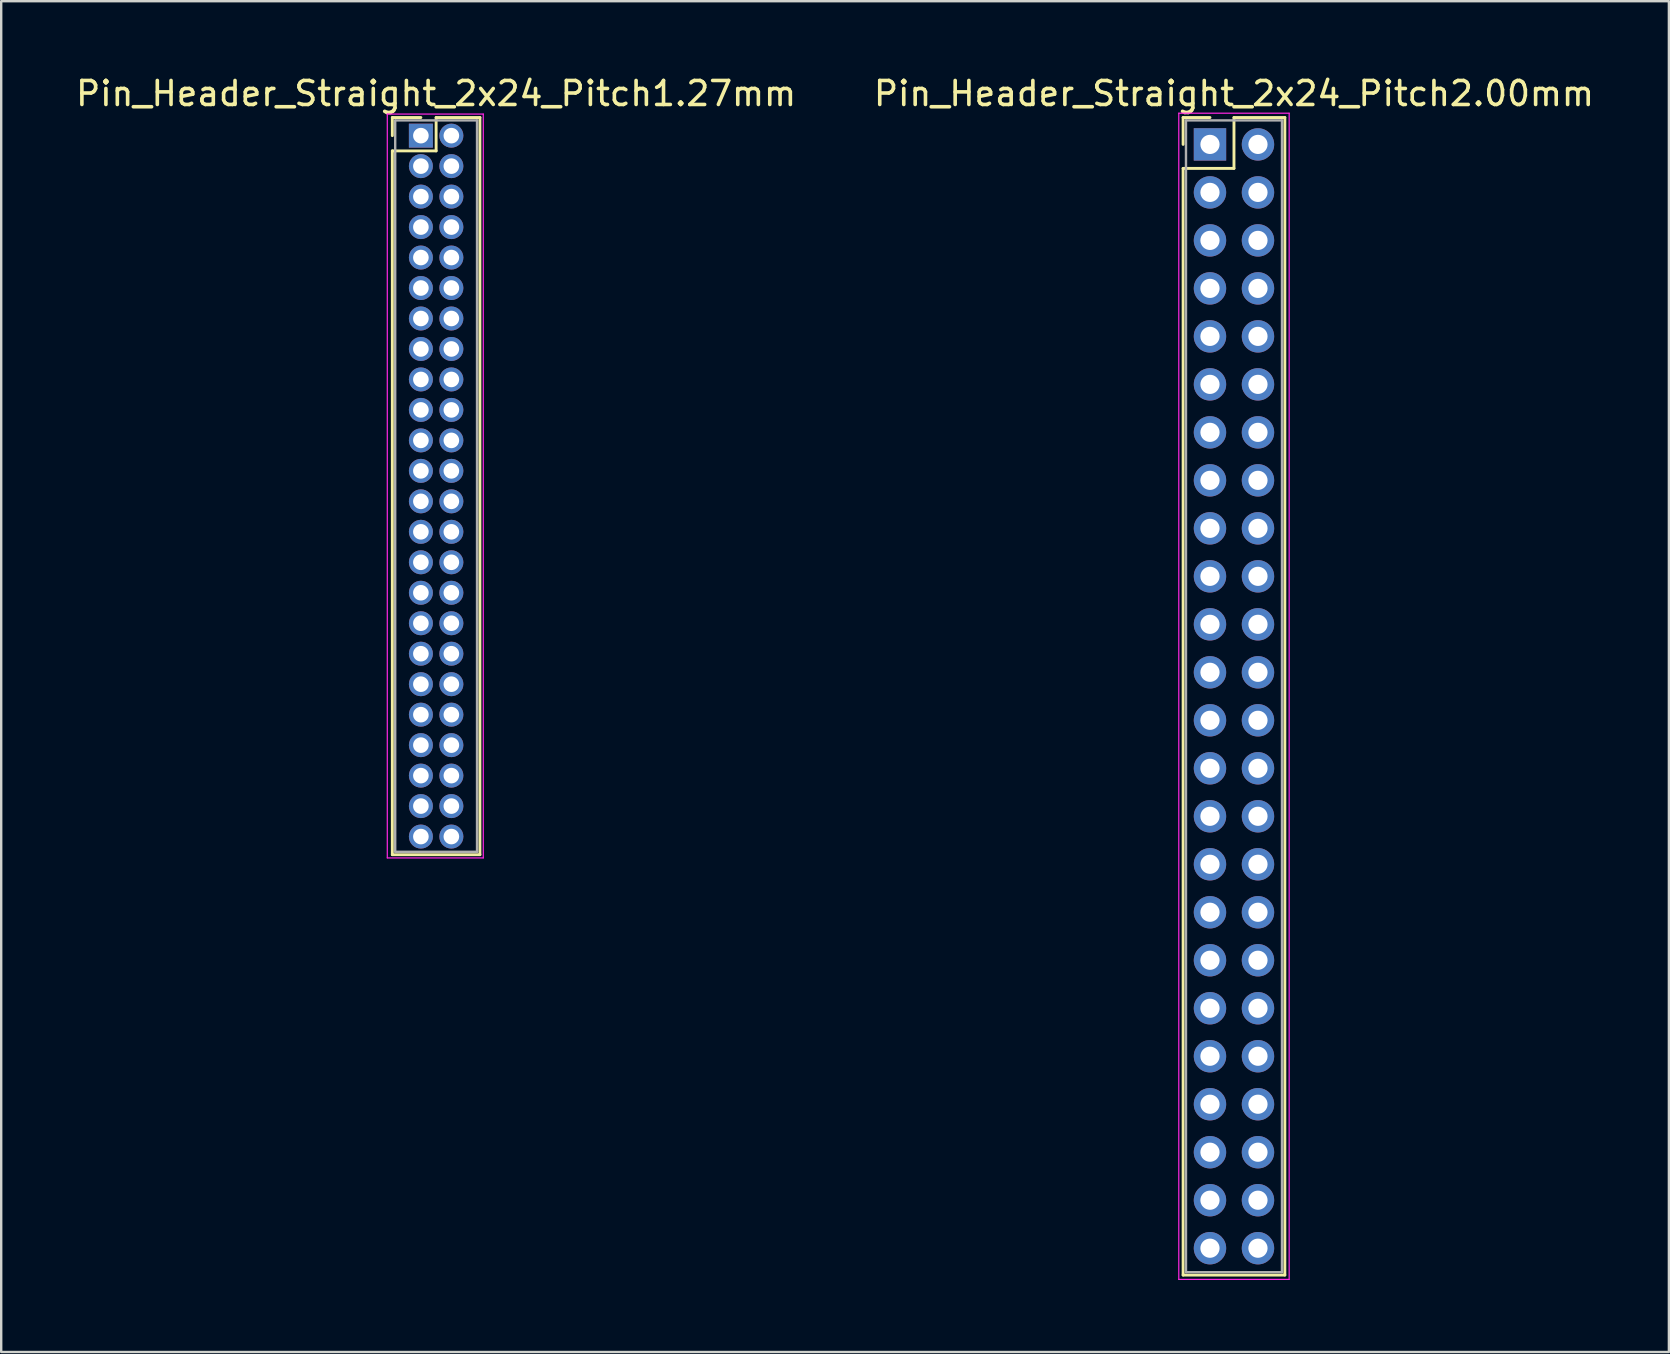
<source format=kicad_pcb>
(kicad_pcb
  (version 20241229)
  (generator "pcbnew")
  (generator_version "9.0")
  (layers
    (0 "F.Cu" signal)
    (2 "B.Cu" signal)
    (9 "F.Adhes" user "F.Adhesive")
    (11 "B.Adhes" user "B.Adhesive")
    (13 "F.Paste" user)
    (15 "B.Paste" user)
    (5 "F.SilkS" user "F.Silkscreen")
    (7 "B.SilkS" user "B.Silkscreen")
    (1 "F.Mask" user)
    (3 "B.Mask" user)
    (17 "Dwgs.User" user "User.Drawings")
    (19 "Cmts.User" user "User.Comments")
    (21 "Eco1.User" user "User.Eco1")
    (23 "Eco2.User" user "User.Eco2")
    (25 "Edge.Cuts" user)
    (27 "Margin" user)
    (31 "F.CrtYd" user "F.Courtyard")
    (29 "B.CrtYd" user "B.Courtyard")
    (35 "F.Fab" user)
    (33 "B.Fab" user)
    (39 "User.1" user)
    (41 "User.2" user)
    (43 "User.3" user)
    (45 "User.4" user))
  (footprint "Pin_Header_Straight_2x24_Pitch1.27mm"
    (layer "F.Cu")
    (at 14.49 2.603)
    (property "Reference" "Pin_Header_Straight_2x24_Pitch1.27mm" (at 0.635 -1.755 0) (layer "F.SilkS") (effects (font (size 1 1) (thickness 0.15))))
    (attr through_hole)
    (fp_line (start -1.19 -0.755) (end 0 -0.755) (stroke (width 0.12) (type solid)) (layer "F.SilkS"))
    (fp_line (start -1.19 0) (end -1.19 -0.755) (stroke (width 0.12) (type solid)) (layer "F.SilkS"))
    (fp_line (start -1.19 0.635) (end -1.19 29.965) (stroke (width 0.12) (type solid)) (layer "F.SilkS"))
    (fp_line (start -1.19 29.965) (end 2.46 29.965) (stroke (width 0.12) (type solid)) (layer "F.SilkS"))
    (fp_line (start 0.635 -0.755) (end 0.635 0.635) (stroke (width 0.12) (type solid)) (layer "F.SilkS"))
    (fp_line (start 0.635 0.635) (end -1.19 0.635) (stroke (width 0.12) (type solid)) (layer "F.SilkS"))
    (fp_line (start 2.46 -0.755) (end 0.635 -0.755) (stroke (width 0.12) (type solid)) (layer "F.SilkS"))
    (fp_line (start 2.46 29.965) (end 2.46 -0.755) (stroke (width 0.12) (type solid)) (layer "F.SilkS"))
    (fp_line (start -1.4 -0.9) (end -1.4 30.1) (stroke (width 0.05) (type solid)) (layer "F.CrtYd"))
    (fp_line (start -1.4 30.1) (end 2.6 30.1) (stroke (width 0.05) (type solid)) (layer "F.CrtYd"))
    (fp_line (start 2.6 -0.9) (end -1.4 -0.9) (stroke (width 0.05) (type solid)) (layer "F.CrtYd"))
    (fp_line (start 2.6 30.1) (end 2.6 -0.9) (stroke (width 0.05) (type solid)) (layer "F.CrtYd"))
    (fp_line (start -1.07 -0.635) (end -1.07 29.845) (stroke (width 0.1) (type solid)) (layer "F.Fab"))
    (fp_line (start -1.07 29.845) (end 2.34 29.845) (stroke (width 0.1) (type solid)) (layer "F.Fab"))
    (fp_line (start 2.34 -0.635) (end -1.07 -0.635) (stroke (width 0.1) (type solid)) (layer "F.Fab"))
    (fp_line (start 2.34 29.845) (end 2.34 -0.635) (stroke (width 0.1) (type solid)) (layer "F.Fab"))
    (pad "1" thru_hole rect (at 0 0) (size 1 1) (drill 0.65) (layers "*.Cu" "*.Mask"))
    (pad "2" thru_hole oval (at 1.27 0) (size 1 1) (drill 0.65) (layers "*.Cu" "*.Mask"))
    (pad "3" thru_hole oval (at 0 1.27) (size 1 1) (drill 0.65) (layers "*.Cu" "*.Mask"))
    (pad "4" thru_hole oval (at 1.27 1.27) (size 1 1) (drill 0.65) (layers "*.Cu" "*.Mask"))
    (pad "5" thru_hole oval (at 0 2.54) (size 1 1) (drill 0.65) (layers "*.Cu" "*.Mask"))
    (pad "6" thru_hole oval (at 1.27 2.54) (size 1 1) (drill 0.65) (layers "*.Cu" "*.Mask"))
    (pad "7" thru_hole oval (at 0 3.81) (size 1 1) (drill 0.65) (layers "*.Cu" "*.Mask"))
    (pad "8" thru_hole oval (at 1.27 3.81) (size 1 1) (drill 0.65) (layers "*.Cu" "*.Mask"))
    (pad "9" thru_hole oval (at 0 5.08) (size 1 1) (drill 0.65) (layers "*.Cu" "*.Mask"))
    (pad "10" thru_hole oval (at 1.27 5.08) (size 1 1) (drill 0.65) (layers "*.Cu" "*.Mask"))
    (pad "11" thru_hole oval (at 0 6.35) (size 1 1) (drill 0.65) (layers "*.Cu" "*.Mask"))
    (pad "12" thru_hole oval (at 1.27 6.35) (size 1 1) (drill 0.65) (layers "*.Cu" "*.Mask"))
    (pad "13" thru_hole oval (at 0 7.62) (size 1 1) (drill 0.65) (layers "*.Cu" "*.Mask"))
    (pad "14" thru_hole oval (at 1.27 7.62) (size 1 1) (drill 0.65) (layers "*.Cu" "*.Mask"))
    (pad "15" thru_hole oval (at 0 8.89) (size 1 1) (drill 0.65) (layers "*.Cu" "*.Mask"))
    (pad "16" thru_hole oval (at 1.27 8.89) (size 1 1) (drill 0.65) (layers "*.Cu" "*.Mask"))
    (pad "17" thru_hole oval (at 0 10.16) (size 1 1) (drill 0.65) (layers "*.Cu" "*.Mask"))
    (pad "18" thru_hole oval (at 1.27 10.16) (size 1 1) (drill 0.65) (layers "*.Cu" "*.Mask"))
    (pad "19" thru_hole oval (at 0 11.43) (size 1 1) (drill 0.65) (layers "*.Cu" "*.Mask"))
    (pad "20" thru_hole oval (at 1.27 11.43) (size 1 1) (drill 0.65) (layers "*.Cu" "*.Mask"))
    (pad "21" thru_hole oval (at 0 12.7) (size 1 1) (drill 0.65) (layers "*.Cu" "*.Mask"))
    (pad "22" thru_hole oval (at 1.27 12.7) (size 1 1) (drill 0.65) (layers "*.Cu" "*.Mask"))
    (pad "23" thru_hole oval (at 0 13.97) (size 1 1) (drill 0.65) (layers "*.Cu" "*.Mask"))
    (pad "24" thru_hole oval (at 1.27 13.97) (size 1 1) (drill 0.65) (layers "*.Cu" "*.Mask"))
    (pad "25" thru_hole oval (at 0 15.24) (size 1 1) (drill 0.65) (layers "*.Cu" "*.Mask"))
    (pad "26" thru_hole oval (at 1.27 15.24) (size 1 1) (drill 0.65) (layers "*.Cu" "*.Mask"))
    (pad "27" thru_hole oval (at 0 16.51) (size 1 1) (drill 0.65) (layers "*.Cu" "*.Mask"))
    (pad "28" thru_hole oval (at 1.27 16.51) (size 1 1) (drill 0.65) (layers "*.Cu" "*.Mask"))
    (pad "29" thru_hole oval (at 0 17.78) (size 1 1) (drill 0.65) (layers "*.Cu" "*.Mask"))
    (pad "30" thru_hole oval (at 1.27 17.78) (size 1 1) (drill 0.65) (layers "*.Cu" "*.Mask"))
    (pad "31" thru_hole oval (at 0 19.05) (size 1 1) (drill 0.65) (layers "*.Cu" "*.Mask"))
    (pad "32" thru_hole oval (at 1.27 19.05) (size 1 1) (drill 0.65) (layers "*.Cu" "*.Mask"))
    (pad "33" thru_hole oval (at 0 20.32) (size 1 1) (drill 0.65) (layers "*.Cu" "*.Mask"))
    (pad "34" thru_hole oval (at 1.27 20.32) (size 1 1) (drill 0.65) (layers "*.Cu" "*.Mask"))
    (pad "35" thru_hole oval (at 0 21.59) (size 1 1) (drill 0.65) (layers "*.Cu" "*.Mask"))
    (pad "36" thru_hole oval (at 1.27 21.59) (size 1 1) (drill 0.65) (layers "*.Cu" "*.Mask"))
    (pad "37" thru_hole oval (at 0 22.86) (size 1 1) (drill 0.65) (layers "*.Cu" "*.Mask"))
    (pad "38" thru_hole oval (at 1.27 22.86) (size 1 1) (drill 0.65) (layers "*.Cu" "*.Mask"))
    (pad "39" thru_hole oval (at 0 24.13) (size 1 1) (drill 0.65) (layers "*.Cu" "*.Mask"))
    (pad "40" thru_hole oval (at 1.27 24.13) (size 1 1) (drill 0.65) (layers "*.Cu" "*.Mask"))
    (pad "41" thru_hole oval (at 0 25.4) (size 1 1) (drill 0.65) (layers "*.Cu" "*.Mask"))
    (pad "42" thru_hole oval (at 1.27 25.4) (size 1 1) (drill 0.65) (layers "*.Cu" "*.Mask"))
    (pad "43" thru_hole oval (at 0 26.67) (size 1 1) (drill 0.65) (layers "*.Cu" "*.Mask"))
    (pad "44" thru_hole oval (at 1.27 26.67) (size 1 1) (drill 0.65) (layers "*.Cu" "*.Mask"))
    (pad "45" thru_hole oval (at 0 27.94) (size 1 1) (drill 0.65) (layers "*.Cu" "*.Mask"))
    (pad "46" thru_hole oval (at 1.27 27.94) (size 1 1) (drill 0.65) (layers "*.Cu" "*.Mask"))
    (pad "47" thru_hole oval (at 0 29.21) (size 1 1) (drill 0.65) (layers "*.Cu" "*.Mask"))
    (pad "48" thru_hole oval (at 1.27 29.21) (size 1 1) (drill 0.65) (layers "*.Cu" "*.Mask")))
  (footprint "Pin_Header_Straight_2x24_Pitch2.00mm"
    (layer "F.Cu")
    (at 47.375 2.968)
    (property "Reference" "Pin_Header_Straight_2x24_Pitch2.00mm" (at 1 -2.12 0) (layer "F.SilkS") (effects (font (size 1 1) (thickness 0.15))))
    (attr through_hole)
    (fp_line (start -1.12 -1.12) (end 0 -1.12) (stroke (width 0.12) (type solid)) (layer "F.SilkS"))
    (fp_line (start -1.12 0) (end -1.12 -1.12) (stroke (width 0.12) (type solid)) (layer "F.SilkS"))
    (fp_line (start -1.12 1) (end -1.12 47.12) (stroke (width 0.12) (type solid)) (layer "F.SilkS"))
    (fp_line (start -1.12 47.12) (end 3.12 47.12) (stroke (width 0.12) (type solid)) (layer "F.SilkS"))
    (fp_line (start 1 -1.12) (end 1 1) (stroke (width 0.12) (type solid)) (layer "F.SilkS"))
    (fp_line (start 1 1) (end -1.12 1) (stroke (width 0.12) (type solid)) (layer "F.SilkS"))
    (fp_line (start 3.12 -1.12) (end 1 -1.12) (stroke (width 0.12) (type solid)) (layer "F.SilkS"))
    (fp_line (start 3.12 47.12) (end 3.12 -1.12) (stroke (width 0.12) (type solid)) (layer "F.SilkS"))
    (fp_line (start -1.3 -1.3) (end -1.3 47.3) (stroke (width 0.05) (type solid)) (layer "F.CrtYd"))
    (fp_line (start -1.3 47.3) (end 3.3 47.3) (stroke (width 0.05) (type solid)) (layer "F.CrtYd"))
    (fp_line (start 3.3 -1.3) (end -1.3 -1.3) (stroke (width 0.05) (type solid)) (layer "F.CrtYd"))
    (fp_line (start 3.3 47.3) (end 3.3 -1.3) (stroke (width 0.05) (type solid)) (layer "F.CrtYd"))
    (fp_line (start -1 -1) (end -1 47) (stroke (width 0.1) (type solid)) (layer "F.Fab"))
    (fp_line (start -1 47) (end 3 47) (stroke (width 0.1) (type solid)) (layer "F.Fab"))
    (fp_line (start 3 -1) (end -1 -1) (stroke (width 0.1) (type solid)) (layer "F.Fab"))
    (fp_line (start 3 47) (end 3 -1) (stroke (width 0.1) (type solid)) (layer "F.Fab"))
    (pad "1" thru_hole rect (at 0 0) (size 1.35 1.35) (drill 0.8) (layers "*.Cu" "*.Mask"))
    (pad "2" thru_hole oval (at 2 0) (size 1.35 1.35) (drill 0.8) (layers "*.Cu" "*.Mask"))
    (pad "3" thru_hole oval (at 0 2) (size 1.35 1.35) (drill 0.8) (layers "*.Cu" "*.Mask"))
    (pad "4" thru_hole oval (at 2 2) (size 1.35 1.35) (drill 0.8) (layers "*.Cu" "*.Mask"))
    (pad "5" thru_hole oval (at 0 4) (size 1.35 1.35) (drill 0.8) (layers "*.Cu" "*.Mask"))
    (pad "6" thru_hole oval (at 2 4) (size 1.35 1.35) (drill 0.8) (layers "*.Cu" "*.Mask"))
    (pad "7" thru_hole oval (at 0 6) (size 1.35 1.35) (drill 0.8) (layers "*.Cu" "*.Mask"))
    (pad "8" thru_hole oval (at 2 6) (size 1.35 1.35) (drill 0.8) (layers "*.Cu" "*.Mask"))
    (pad "9" thru_hole oval (at 0 8) (size 1.35 1.35) (drill 0.8) (layers "*.Cu" "*.Mask"))
    (pad "10" thru_hole oval (at 2 8) (size 1.35 1.35) (drill 0.8) (layers "*.Cu" "*.Mask"))
    (pad "11" thru_hole oval (at 0 10) (size 1.35 1.35) (drill 0.8) (layers "*.Cu" "*.Mask"))
    (pad "12" thru_hole oval (at 2 10) (size 1.35 1.35) (drill 0.8) (layers "*.Cu" "*.Mask"))
    (pad "13" thru_hole oval (at 0 12) (size 1.35 1.35) (drill 0.8) (layers "*.Cu" "*.Mask"))
    (pad "14" thru_hole oval (at 2 12) (size 1.35 1.35) (drill 0.8) (layers "*.Cu" "*.Mask"))
    (pad "15" thru_hole oval (at 0 14) (size 1.35 1.35) (drill 0.8) (layers "*.Cu" "*.Mask"))
    (pad "16" thru_hole oval (at 2 14) (size 1.35 1.35) (drill 0.8) (layers "*.Cu" "*.Mask"))
    (pad "17" thru_hole oval (at 0 16) (size 1.35 1.35) (drill 0.8) (layers "*.Cu" "*.Mask"))
    (pad "18" thru_hole oval (at 2 16) (size 1.35 1.35) (drill 0.8) (layers "*.Cu" "*.Mask"))
    (pad "19" thru_hole oval (at 0 18) (size 1.35 1.35) (drill 0.8) (layers "*.Cu" "*.Mask"))
    (pad "20" thru_hole oval (at 2 18) (size 1.35 1.35) (drill 0.8) (layers "*.Cu" "*.Mask"))
    (pad "21" thru_hole oval (at 0 20) (size 1.35 1.35) (drill 0.8) (layers "*.Cu" "*.Mask"))
    (pad "22" thru_hole oval (at 2 20) (size 1.35 1.35) (drill 0.8) (layers "*.Cu" "*.Mask"))
    (pad "23" thru_hole oval (at 0 22) (size 1.35 1.35) (drill 0.8) (layers "*.Cu" "*.Mask"))
    (pad "24" thru_hole oval (at 2 22) (size 1.35 1.35) (drill 0.8) (layers "*.Cu" "*.Mask"))
    (pad "25" thru_hole oval (at 0 24) (size 1.35 1.35) (drill 0.8) (layers "*.Cu" "*.Mask"))
    (pad "26" thru_hole oval (at 2 24) (size 1.35 1.35) (drill 0.8) (layers "*.Cu" "*.Mask"))
    (pad "27" thru_hole oval (at 0 26) (size 1.35 1.35) (drill 0.8) (layers "*.Cu" "*.Mask"))
    (pad "28" thru_hole oval (at 2 26) (size 1.35 1.35) (drill 0.8) (layers "*.Cu" "*.Mask"))
    (pad "29" thru_hole oval (at 0 28) (size 1.35 1.35) (drill 0.8) (layers "*.Cu" "*.Mask"))
    (pad "30" thru_hole oval (at 2 28) (size 1.35 1.35) (drill 0.8) (layers "*.Cu" "*.Mask"))
    (pad "31" thru_hole oval (at 0 30) (size 1.35 1.35) (drill 0.8) (layers "*.Cu" "*.Mask"))
    (pad "32" thru_hole oval (at 2 30) (size 1.35 1.35) (drill 0.8) (layers "*.Cu" "*.Mask"))
    (pad "33" thru_hole oval (at 0 32) (size 1.35 1.35) (drill 0.8) (layers "*.Cu" "*.Mask"))
    (pad "34" thru_hole oval (at 2 32) (size 1.35 1.35) (drill 0.8) (layers "*.Cu" "*.Mask"))
    (pad "35" thru_hole oval (at 0 34) (size 1.35 1.35) (drill 0.8) (layers "*.Cu" "*.Mask"))
    (pad "36" thru_hole oval (at 2 34) (size 1.35 1.35) (drill 0.8) (layers "*.Cu" "*.Mask"))
    (pad "37" thru_hole oval (at 0 36) (size 1.35 1.35) (drill 0.8) (layers "*.Cu" "*.Mask"))
    (pad "38" thru_hole oval (at 2 36) (size 1.35 1.35) (drill 0.8) (layers "*.Cu" "*.Mask"))
    (pad "39" thru_hole oval (at 0 38) (size 1.35 1.35) (drill 0.8) (layers "*.Cu" "*.Mask"))
    (pad "40" thru_hole oval (at 2 38) (size 1.35 1.35) (drill 0.8) (layers "*.Cu" "*.Mask"))
    (pad "41" thru_hole oval (at 0 40) (size 1.35 1.35) (drill 0.8) (layers "*.Cu" "*.Mask"))
    (pad "42" thru_hole oval (at 2 40) (size 1.35 1.35) (drill 0.8) (layers "*.Cu" "*.Mask"))
    (pad "43" thru_hole oval (at 0 42) (size 1.35 1.35) (drill 0.8) (layers "*.Cu" "*.Mask"))
    (pad "44" thru_hole oval (at 2 42) (size 1.35 1.35) (drill 0.8) (layers "*.Cu" "*.Mask"))
    (pad "45" thru_hole oval (at 0 44) (size 1.35 1.35) (drill 0.8) (layers "*.Cu" "*.Mask"))
    (pad "46" thru_hole oval (at 2 44) (size 1.35 1.35) (drill 0.8) (layers "*.Cu" "*.Mask"))
    (pad "47" thru_hole oval (at 0 46) (size 1.35 1.35) (drill 0.8) (layers "*.Cu" "*.Mask"))
    (pad "48" thru_hole oval (at 2 46) (size 1.35 1.35) (drill 0.8) (layers "*.Cu" "*.Mask")))
  (gr_rect
    (start -3 -3)
    (end 66.5 53.293)
    (stroke (width 0.1) (type default))
    (fill no)
    (layer "Edge.Cuts")))
</source>
